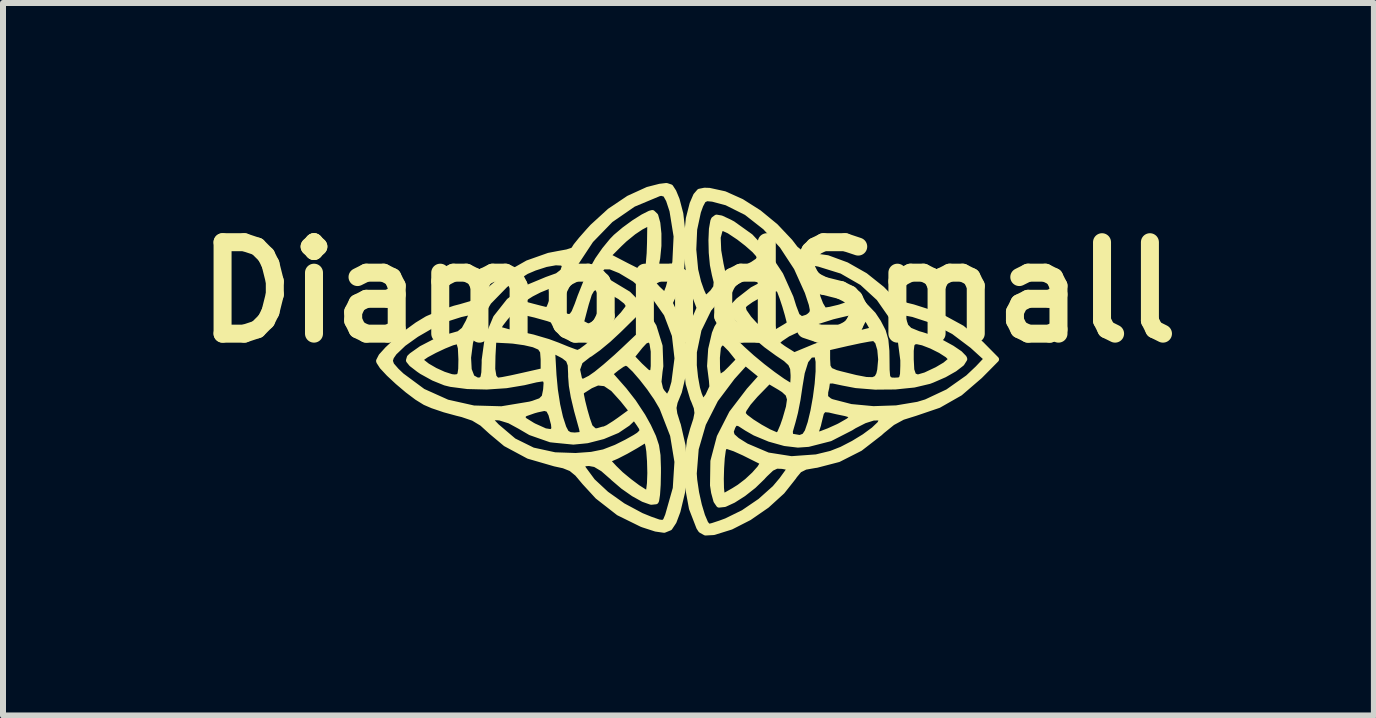
<source format=kicad_pcb>
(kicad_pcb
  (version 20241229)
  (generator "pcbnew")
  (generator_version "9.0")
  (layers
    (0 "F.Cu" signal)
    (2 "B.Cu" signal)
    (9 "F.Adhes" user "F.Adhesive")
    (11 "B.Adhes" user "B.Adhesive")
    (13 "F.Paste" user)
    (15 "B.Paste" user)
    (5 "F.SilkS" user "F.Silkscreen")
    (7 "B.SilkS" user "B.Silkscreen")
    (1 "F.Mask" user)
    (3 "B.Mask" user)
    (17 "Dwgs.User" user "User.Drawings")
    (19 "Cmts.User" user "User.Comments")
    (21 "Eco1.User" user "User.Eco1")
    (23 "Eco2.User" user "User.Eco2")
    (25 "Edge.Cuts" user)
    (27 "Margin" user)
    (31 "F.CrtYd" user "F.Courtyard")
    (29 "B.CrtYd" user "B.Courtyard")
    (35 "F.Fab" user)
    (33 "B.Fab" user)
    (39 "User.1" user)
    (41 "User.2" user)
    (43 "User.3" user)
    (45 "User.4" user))
  (footprint "DiamondSmall"
    (layer "F.Cu")
    (at 8.4 2.889)
    (property "Reference" "DiamondSmall" (at 0.025 -1.067 0) (layer "F.SilkS") (effects (font (size 1.524 1.524) (thickness 0.3))))
    (attr through_hole)
    (fp_poly (pts (xy 5.153 0.051) (xy 5.004 0.202) (xy 5.004 0.042) (xy 4.761 -0.179) (xy 4.449 -0.414) (xy 4.097 -0.598) (xy 3.768 -0.705) (xy 3.635 -0.73) (xy 3.578 -0.725) (xy 3.577 -0.686) (xy 3.583 -0.669) (xy 3.629 -0.543) (xy 3.643 -0.499) (xy 3.71 -0.431) (xy 3.856 -0.371) (xy 3.913 -0.355) (xy 4.074 -0.303) (xy 4.25 -0.224) (xy 4.416 -0.133) (xy 4.547 -0.044) (xy 4.617 0.028) (xy 4.623 0.046) (xy 4.578 0.117) (xy 4.46 0.208) (xy 4.407 0.238) (xy 4.407 0.038) (xy 4.348 -0.023) (xy 4.228 -0.1) (xy 4.078 -0.175) (xy 3.933 -0.231) (xy 3.832 -0.253) (xy 3.774 -0.243) (xy 3.743 -0.198) (xy 3.731 -0.094) (xy 3.731 0.051) (xy 3.74 0.227) (xy 3.774 0.327) (xy 3.848 0.355) (xy 3.978 0.317) (xy 4.171 0.226) (xy 4.306 0.146) (xy 4.391 0.075) (xy 4.407 0.038) (xy 4.407 0.238) (xy 4.291 0.304) (xy 4.091 0.391) (xy 4.039 0.411) (xy 3.786 0.471) (xy 3.607 0.489) (xy 3.607 0.064) (xy 3.558 -0.312) (xy 3.42 -0.661) (xy 3.204 -0.971) (xy 2.922 -1.23) (xy 2.583 -1.425) (xy 2.2 -1.544) (xy 2.144 -1.554) (xy 1.926 -1.588) (xy 1.988 -1.453) (xy 2.084 -1.337) (xy 2.18 -1.291) (xy 2.529 -1.17) (xy 2.845 -0.965) (xy 3.103 -0.694) (xy 3.188 -0.566) (xy 3.266 -0.416) (xy 3.308 -0.271) (xy 3.325 -0.089) (xy 3.327 0.038) (xy 3.329 0.227) (xy 3.338 0.337) (xy 3.365 0.389) (xy 3.416 0.405) (xy 3.467 0.406) (xy 3.541 0.402) (xy 3.583 0.375) (xy 3.602 0.301) (xy 3.607 0.159) (xy 3.607 0.064) (xy 3.607 0.489) (xy 3.473 0.503) (xy 3.238 0.505) (xy 3.238 0.053) (xy 3.223 -0.114) (xy 3.185 -0.242) (xy 3.128 -0.303) (xy 3.116 -0.305) (xy 3.091 -0.302) (xy 3.091 -0.437) (xy 3.085 -0.487) (xy 3.034 -0.578) (xy 2.964 -0.676) (xy 2.897 -0.747) (xy 2.867 -0.762) (xy 2.794 -0.75) (xy 2.713 -0.732) (xy 2.713 -0.899) (xy 2.692 -0.94) (xy 2.618 -0.995) (xy 2.495 -1.058) (xy 2.356 -1.116) (xy 2.235 -1.156) (xy 2.164 -1.163) (xy 2.159 -1.16) (xy 2.152 -1.094) (xy 2.178 -0.982) (xy 2.224 -0.863) (xy 2.274 -0.779) (xy 2.301 -0.762) (xy 2.387 -0.775) (xy 2.522 -0.807) (xy 2.556 -0.816) (xy 2.677 -0.858) (xy 2.713 -0.899) (xy 2.713 -0.732) (xy 2.65 -0.718) (xy 2.465 -0.674) (xy 2.425 -0.664) (xy 2.1 -0.561) (xy 2.1 -0.77) (xy 2.081 -0.867) (xy 2.028 -1.028) (xy 2.013 -1.073) (xy 1.831 -1.477) (xy 1.592 -1.842) (xy 1.309 -2.153) (xy 0.995 -2.399) (xy 0.663 -2.565) (xy 0.429 -2.627) (xy 0.331 -2.636) (xy 0.271 -2.608) (xy 0.224 -2.52) (xy 0.184 -2.41) (xy 0.121 -2.116) (xy 0.106 -1.778) (xy 0.138 -1.441) (xy 0.187 -1.236) (xy 0.239 -1.088) (xy 0.284 -0.99) (xy 0.306 -0.965) (xy 0.362 -0.999) (xy 0.432 -1.067) (xy 0.488 -1.148) (xy 0.496 -1.239) (xy 0.465 -1.365) (xy 0.433 -1.525) (xy 0.414 -1.726) (xy 0.409 -1.935) (xy 0.417 -2.122) (xy 0.44 -2.252) (xy 0.452 -2.28) (xy 0.494 -2.311) (xy 0.57 -2.298) (xy 0.702 -2.237) (xy 0.762 -2.205) (xy 1.057 -1.994) (xy 1.328 -1.703) (xy 1.557 -1.357) (xy 1.727 -0.978) (xy 1.775 -0.824) (xy 1.833 -0.672) (xy 1.907 -0.615) (xy 2.008 -0.647) (xy 2.046 -0.673) (xy 2.088 -0.714) (xy 2.1 -0.77) (xy 2.1 -0.561) (xy 2.012 -0.533) (xy 1.714 -0.391) (xy 1.714 -0.534) (xy 1.71 -0.583) (xy 1.681 -0.696) (xy 1.639 -0.84) (xy 1.592 -0.982) (xy 1.551 -1.09) (xy 1.529 -1.13) (xy 1.467 -1.131) (xy 1.439 -1.121) (xy 1.439 -1.306) (xy 1.424 -1.369) (xy 1.42 -1.377) (xy 1.354 -1.45) (xy 1.256 -1.464) (xy 1.215 -1.45) (xy 1.215 -1.64) (xy 1.197 -1.694) (xy 1.129 -1.771) (xy 1.005 -1.88) (xy 0.867 -1.987) (xy 0.706 -2.094) (xy 0.607 -2.139) (xy 0.555 -2.127) (xy 0.55 -2.122) (xy 0.513 -1.982) (xy 0.522 -1.76) (xy 0.561 -1.536) (xy 0.614 -1.29) (xy 0.932 -1.445) (xy 1.098 -1.53) (xy 1.187 -1.59) (xy 1.215 -1.64) (xy 1.215 -1.45) (xy 1.11 -1.415) (xy 0.933 -1.323) (xy 0.61 -1.084) (xy 0.361 -0.787) (xy 0.194 -0.445) (xy 0.116 -0.071) (xy 0.115 0.152) (xy 0.136 0.352) (xy 0.169 0.533) (xy 0.199 0.634) (xy 0.261 0.786) (xy 0.356 0.66) (xy 0.425 0.51) (xy 0.417 0.406) (xy 0.386 0.162) (xy 0.404 -0.117) (xy 0.465 -0.379) (xy 0.504 -0.475) (xy 0.653 -0.704) (xy 0.86 -0.925) (xy 1.094 -1.107) (xy 1.268 -1.199) (xy 1.393 -1.256) (xy 1.439 -1.306) (xy 1.439 -1.121) (xy 1.35 -1.091) (xy 1.207 -1.024) (xy 1.07 -0.947) (xy 0.966 -0.873) (xy 0.929 -0.828) (xy 0.947 -0.75) (xy 1.032 -0.628) (xy 1.12 -0.531) (xy 1.339 -0.308) (xy 1.52 -0.417) (xy 1.636 -0.486) (xy 1.706 -0.529) (xy 1.714 -0.534) (xy 1.714 -0.391) (xy 1.681 -0.376) (xy 1.556 -0.292) (xy 1.501 -0.242) (xy 1.51 -0.199) (xy 1.594 -0.137) (xy 1.624 -0.117) (xy 1.788 -0.014) (xy 2.126 -0.154) (xy 2.353 -0.239) (xy 2.598 -0.316) (xy 2.769 -0.359) (xy 2.932 -0.395) (xy 3.049 -0.424) (xy 3.091 -0.437) (xy 3.091 -0.302) (xy 3.032 -0.294) (xy 2.881 -0.266) (xy 2.696 -0.226) (xy 2.69 -0.225) (xy 2.337 -0.144) (xy 2.337 0.048) (xy 2.344 0.17) (xy 2.383 0.236) (xy 2.482 0.278) (xy 2.553 0.297) (xy 2.811 0.361) (xy 2.989 0.395) (xy 3.103 0.398) (xy 3.169 0.368) (xy 3.205 0.302) (xy 3.222 0.229) (xy 3.238 0.053) (xy 3.238 0.505) (xy 3.138 0.506) (xy 2.817 0.48) (xy 2.602 0.439) (xy 2.433 0.403) (xy 2.35 0.406) (xy 2.336 0.427) (xy 2.323 0.518) (xy 2.305 0.596) (xy 2.303 0.687) (xy 2.375 0.746) (xy 2.414 0.763) (xy 2.735 0.846) (xy 3.107 0.881) (xy 3.491 0.868) (xy 3.85 0.808) (xy 3.989 0.766) (xy 4.351 0.596) (xy 4.688 0.358) (xy 4.851 0.204) (xy 5.004 0.042) (xy 5.004 0.202) (xy 4.881 0.326) (xy 4.551 0.61) (xy 4.196 0.812) (xy 3.805 0.945) (xy 3.594 1.011) (xy 3.424 1.103) (xy 3.251 1.243) (xy 3.251 1.066) (xy 3.212 1.019) (xy 3.108 1.021) (xy 2.959 1.068) (xy 2.788 1.155) (xy 2.759 1.173) (xy 2.759 1.015) (xy 2.726 0.972) (xy 2.647 0.948) (xy 2.489 0.915) (xy 2.375 0.888) (xy 2.282 0.88) (xy 2.236 0.937) (xy 2.22 1) (xy 2.195 1.102) (xy 2.195 0.254) (xy 2.195 0.088) (xy 2.176 -0.014) (xy 2.157 -0.034) (xy 2.057 -0.026) (xy 1.977 0.074) (xy 1.915 0.271) (xy 1.878 0.492) (xy 1.844 0.719) (xy 1.802 0.933) (xy 1.778 1.027) (xy 1.778 0.313) (xy 1.77 0.201) (xy 1.734 0.119) (xy 1.649 0.04) (xy 1.511 -0.053) (xy 1.324 -0.189) (xy 1.124 -0.357) (xy 1.005 -0.469) (xy 0.766 -0.714) (xy 0.69 -0.566) (xy 0.656 -0.493) (xy 0.65 -0.433) (xy 0.684 -0.367) (xy 0.768 -0.272) (xy 0.914 -0.13) (xy 0.932 -0.113) (xy 1.084 0.024) (xy 1.258 0.168) (xy 1.434 0.303) (xy 1.592 0.415) (xy 1.71 0.488) (xy 1.763 0.508) (xy 1.772 0.463) (xy 1.778 0.351) (xy 1.778 0.313) (xy 1.778 1.027) (xy 1.76 1.095) (xy 1.755 1.112) (xy 1.719 1.237) (xy 1.719 0.716) (xy 1.692 0.627) (xy 1.616 0.557) (xy 1.547 0.513) (xy 1.367 0.407) (xy 1.138 0.642) (xy 1.022 0.776) (xy 0.945 0.891) (xy 0.925 0.957) (xy 0.973 1.013) (xy 1.082 1.095) (xy 1.223 1.184) (xy 1.366 1.263) (xy 1.481 1.313) (xy 1.521 1.321) (xy 1.554 1.277) (xy 1.603 1.162) (xy 1.642 1.05) (xy 1.7 0.848) (xy 1.719 0.716) (xy 1.719 1.237) (xy 1.715 1.251) (xy 1.721 1.321) (xy 1.743 1.339) (xy 1.884 1.363) (xy 1.962 1.333) (xy 2.012 1.257) (xy 2.062 1.109) (xy 2.109 0.912) (xy 2.149 0.689) (xy 2.179 0.462) (xy 2.195 0.254) (xy 2.195 1.102) (xy 2.186 1.142) (xy 2.155 1.238) (xy 2.141 1.303) (xy 2.192 1.308) (xy 2.24 1.295) (xy 2.366 1.247) (xy 2.521 1.177) (xy 2.549 1.163) (xy 2.701 1.076) (xy 2.759 1.015) (xy 2.759 1.173) (xy 2.73 1.191) (xy 2.386 1.367) (xy 2.023 1.46) (xy 1.851 1.472) (xy 1.632 1.446) (xy 1.378 1.375) (xy 1.135 1.274) (xy 0.999 1.196) (xy 0.883 1.121) (xy 0.821 1.101) (xy 0.783 1.132) (xy 0.76 1.171) (xy 0.729 1.256) (xy 0.749 1.327) (xy 0.833 1.403) (xy 0.988 1.5) (xy 1.348 1.653) (xy 1.742 1.715) (xy 2.157 1.685) (xy 2.404 1.625) (xy 2.582 1.555) (xy 2.775 1.455) (xy 2.96 1.342) (xy 3.116 1.227) (xy 3.22 1.128) (xy 3.251 1.066) (xy 3.251 1.243) (xy 3.249 1.245) (xy 3.213 1.278) (xy 2.885 1.532) (xy 2.526 1.714) (xy 2.161 1.809) (xy 2.137 1.812) (xy 1.972 1.841) (xy 1.87 1.892) (xy 1.791 1.987) (xy 1.775 2.011) (xy 1.735 2.062) (xy 1.735 1.854) (xy 1.591 1.827) (xy 1.495 1.823) (xy 1.408 1.864) (xy 1.299 1.967) (xy 1.266 2.002) (xy 1.266 1.789) (xy 1.261 1.761) (xy 1.211 1.736) (xy 1.095 1.678) (xy 0.951 1.606) (xy 0.795 1.536) (xy 0.676 1.496) (xy 0.621 1.496) (xy 0.599 1.562) (xy 0.581 1.695) (xy 0.57 1.863) (xy 0.565 2.041) (xy 0.568 2.197) (xy 0.579 2.305) (xy 0.596 2.337) (xy 0.661 2.311) (xy 0.78 2.243) (xy 0.876 2.183) (xy 1.004 2.085) (xy 1.124 1.973) (xy 1.218 1.867) (xy 1.266 1.789) (xy 1.266 2.002) (xy 1.257 2.013) (xy 1.109 2.156) (xy 0.94 2.289) (xy 0.772 2.396) (xy 0.629 2.462) (xy 0.536 2.472) (xy 0.535 2.472) (xy 0.491 2.408) (xy 0.453 2.268) (xy 0.435 2.15) (xy 0.441 1.749) (xy 0.547 1.347) (xy 0.75 0.949) (xy 1.038 0.572) (xy 1.254 0.33) (xy 1.114 0.216) (xy 0.975 0.102) (xy 0.875 0.213) (xy 0.875 0.059) (xy 0.731 -0.121) (xy 0.631 -0.222) (xy 0.56 -0.233) (xy 0.517 -0.152) (xy 0.5 0.022) (xy 0.502 0.216) (xy 0.519 0.322) (xy 0.565 0.346) (xy 0.651 0.288) (xy 0.733 0.207) (xy 0.875 0.059) (xy 0.875 0.213) (xy 0.754 0.347) (xy 0.473 0.721) (xy 0.268 1.125) (xy 0.147 1.542) (xy 0.114 1.955) (xy 0.122 2.062) (xy 0.153 2.272) (xy 0.199 2.48) (xy 0.253 2.66) (xy 0.308 2.789) (xy 0.356 2.844) (xy 0.36 2.845) (xy 0.43 2.828) (xy 0.56 2.785) (xy 0.658 2.749) (xy 0.943 2.609) (xy 1.225 2.417) (xy 1.468 2.2) (xy 1.585 2.061) (xy 1.735 1.854) (xy 1.735 2.062) (xy 1.585 2.251) (xy 1.33 2.483) (xy 1.036 2.686) (xy 0.734 2.84) (xy 0.452 2.928) (xy 0.439 2.93) (xy 0.31 2.937) (xy 0.236 2.896) (xy 0.205 2.848) (xy 0.084 2.535) (xy 0.016 2.168) (xy 0.004 1.781) (xy 0.05 1.408) (xy 0.101 1.221) (xy 0.155 1.055) (xy 0.176 0.946) (xy 0.164 0.855) (xy 0.121 0.744) (xy 0.102 0.702) (xy 0.028 0.452) (xy -0.002 0.151) (xy 0.011 -0.164) (xy 0.067 -0.45) (xy 0.106 -0.559) (xy 0.213 -0.806) (xy 0.106 -1.091) (xy 0.039 -1.352) (xy 0.004 -1.664) (xy 0.002 -1.991) (xy 0.032 -2.296) (xy 0.094 -2.54) (xy 0.153 -2.677) (xy 0.21 -2.743) (xy 0.295 -2.76) (xy 0.374 -2.757) (xy 0.626 -2.702) (xy 0.909 -2.575) (xy 1.199 -2.391) (xy 1.475 -2.164) (xy 1.715 -1.91) (xy 1.806 -1.791) (xy 1.922 -1.697) (xy 2.052 -1.676) (xy 2.344 -1.635) (xy 2.659 -1.519) (xy 2.969 -1.343) (xy 3.249 -1.12) (xy 3.327 -1.04) (xy 3.471 -0.921) (xy 3.656 -0.844) (xy 3.77 -0.816) (xy 4.19 -0.682) (xy 4.582 -0.468) (xy 4.9 -0.205) (xy 5.153 0.051)) (stroke (width 0.1) (type solid)) (fill yes) (layer "F.SilkS"))
    (fp_poly (pts (xy -0.048 -0.031) (xy -0.064 0.297) (xy -0.133 0.588) (xy -0.15 0.63) (xy -0.157 0.647) (xy -0.157 0.035) (xy -0.201 -0.35) (xy -0.336 -0.706) (xy -0.558 -1.021) (xy -0.61 -1.065) (xy -0.61 -2.238) (xy -0.765 -2.158) (xy -0.891 -2.074) (xy -1.042 -1.951) (xy -1.122 -1.875) (xy -1.324 -1.673) (xy -1.005 -1.507) (xy -0.838 -1.423) (xy -0.74 -1.382) (xy -0.689 -1.381) (xy -0.663 -1.417) (xy -0.653 -1.445) (xy -0.635 -1.549) (xy -0.621 -1.716) (xy -0.615 -1.894) (xy -0.61 -2.238) (xy -0.61 -1.065) (xy -0.862 -1.282) (xy -0.876 -1.292) (xy -1.108 -1.431) (xy -1.277 -1.499) (xy -1.394 -1.499) (xy -1.468 -1.433) (xy -1.469 -1.429) (xy -1.492 -1.364) (xy -1.465 -1.314) (xy -1.369 -1.258) (xy -1.283 -1.219) (xy -0.979 -1.036) (xy -0.733 -0.788) (xy -0.555 -0.493) (xy -0.455 -0.17) (xy -0.443 0.163) (xy -0.456 0.251) (xy -0.474 0.426) (xy -0.446 0.549) (xy -0.421 0.593) (xy -0.353 0.673) (xy -0.3 0.671) (xy -0.251 0.581) (xy -0.209 0.436) (xy -0.157 0.035) (xy -0.157 0.647) (xy -0.204 0.762) (xy -0.224 0.859) (xy -0.21 0.961) (xy -0.164 1.11) (xy -0.15 1.15) (xy -0.072 1.492) (xy -0.049 1.877) (xy -0.081 2.265) (xy -0.157 2.581) (xy -0.158 2.584) (xy -0.158 1.758) (xy -0.231 1.314) (xy -0.405 0.866) (xy -0.419 0.838) (xy -0.506 0.69) (xy -0.553 0.623) (xy -0.553 -0.082) (xy -0.577 -0.233) (xy -0.626 -0.289) (xy -0.662 -0.274) (xy -0.662 -0.469) (xy -0.744 -0.608) (xy -0.826 -0.746) (xy -0.965 -0.609) (xy -0.965 -0.845) (xy -1.008 -0.912) (xy -1.115 -0.996) (xy -1.258 -1.077) (xy -1.405 -1.136) (xy -1.43 -1.143) (xy -1.52 -1.156) (xy -1.583 -1.128) (xy -1.632 -1.043) (xy -1.683 -0.881) (xy -1.703 -0.807) (xy -1.769 -0.557) (xy -1.583 -0.46) (xy -1.397 -0.363) (xy -1.181 -0.573) (xy -1.065 -0.696) (xy -0.987 -0.797) (xy -0.965 -0.845) (xy -0.965 -0.609) (xy -1.14 -0.437) (xy -1.31 -0.279) (xy -1.479 -0.139) (xy -1.499 -0.125) (xy -1.499 -0.297) (xy -1.824 -0.451) (xy -2.049 -0.544) (xy -2.185 -0.59) (xy -2.185 -1.178) (xy -2.224 -1.191) (xy -2.324 -1.166) (xy -2.457 -1.112) (xy -2.594 -1.042) (xy -2.665 -0.997) (xy -2.815 -0.893) (xy -2.588 -0.832) (xy -2.446 -0.795) (xy -2.347 -0.771) (xy -2.326 -0.767) (xy -2.292 -0.807) (xy -2.249 -0.914) (xy -2.238 -0.953) (xy -2.204 -1.084) (xy -2.186 -1.169) (xy -2.185 -1.178) (xy -2.185 -0.59) (xy -2.313 -0.634) (xy -2.528 -0.694) (xy -2.908 -0.783) (xy -3.029 -0.643) (xy -3.108 -0.541) (xy -3.148 -0.471) (xy -3.15 -0.465) (xy -3.104 -0.438) (xy -2.983 -0.404) (xy -2.813 -0.369) (xy -2.807 -0.368) (xy -2.568 -0.314) (xy -2.313 -0.239) (xy -2.159 -0.182) (xy -1.997 -0.116) (xy -1.874 -0.07) (xy -1.819 -0.053) (xy -1.761 -0.082) (xy -1.663 -0.155) (xy -1.641 -0.174) (xy -1.499 -0.297) (xy -1.499 -0.125) (xy -1.616 -0.041) (xy -1.642 -0.027) (xy -1.784 0.084) (xy -1.832 0.219) (xy -1.798 0.377) (xy -1.768 0.425) (xy -1.712 0.42) (xy -1.61 0.368) (xy -1.507 0.296) (xy -1.355 0.172) (xy -1.178 0.017) (xy -1.057 -0.095) (xy -0.662 -0.469) (xy -0.662 -0.274) (xy -0.704 -0.255) (xy -0.781 -0.172) (xy -0.925 0.008) (xy -0.783 0.157) (xy -0.665 0.267) (xy -0.595 0.296) (xy -0.561 0.242) (xy -0.553 0.165) (xy -0.553 -0.082) (xy -0.553 0.623) (xy -0.621 0.524) (xy -0.748 0.361) (xy -0.868 0.222) (xy -0.965 0.129) (xy -1.015 0.102) (xy -1.08 0.131) (xy -1.173 0.196) (xy -1.29 0.291) (xy -1.049 0.565) (xy -0.894 0.764) (xy -0.739 0.999) (xy -0.646 1.167) (xy -0.563 1.345) (xy -0.514 1.493) (xy -0.49 1.651) (xy -0.483 1.86) (xy -0.483 1.938) (xy -0.487 2.141) (xy -0.498 2.304) (xy -0.513 2.402) (xy -0.52 2.417) (xy -0.595 2.425) (xy -0.61 2.42) (xy -0.61 1.947) (xy -0.61 1.943) (xy -0.615 1.749) (xy -0.627 1.583) (xy -0.641 1.489) (xy -0.671 1.377) (xy -0.74 1.419) (xy -0.74 1.256) (xy -0.748 1.195) (xy -0.792 1.127) (xy -0.875 1.009) (xy -0.912 1.043) (xy -0.912 0.912) (xy -1.068 0.717) (xy -1.228 0.54) (xy -1.363 0.449) (xy -1.488 0.436) (xy -1.607 0.487) (xy -1.709 0.552) (xy -1.766 0.587) (xy -1.768 0.588) (xy -1.767 0.639) (xy -1.744 0.754) (xy -1.707 0.901) (xy -1.665 1.047) (xy -1.626 1.159) (xy -1.614 1.185) (xy -1.543 1.25) (xy -1.491 1.249) (xy -1.4 1.222) (xy -1.375 1.219) (xy -1.315 1.192) (xy -1.203 1.121) (xy -1.124 1.066) (xy -0.912 0.912) (xy -0.912 1.043) (xy -0.989 1.116) (xy -1.163 1.233) (xy -1.4 1.332) (xy -1.661 1.399) (xy -1.736 1.407) (xy -1.736 1.268) (xy -1.748 1.206) (xy -1.832 0.902) (xy -1.887 0.67) (xy -1.918 0.489) (xy -1.93 0.335) (xy -1.93 0.295) (xy -1.937 0.143) (xy -1.97 0.055) (xy -2.048 -0.006) (xy -2.089 -0.029) (xy -2.248 -0.111) (xy -2.224 0.313) (xy -2.201 0.559) (xy -2.162 0.81) (xy -2.116 1.014) (xy -2.112 1.029) (xy -2.059 1.192) (xy -2.013 1.279) (xy -1.953 1.314) (xy -1.87 1.321) (xy -1.765 1.311) (xy -1.736 1.268) (xy -1.736 1.407) (xy -1.893 1.422) (xy -2.208 1.391) (xy -2.208 1.215) (xy -2.216 1.13) (xy -2.26 0.965) (xy -2.304 0.88) (xy -2.339 0.87) (xy -2.339 0.442) (xy -2.352 0.385) (xy -2.388 0.373) (xy -2.388 0.246) (xy -2.388 0.051) (xy -2.398 -0.082) (xy -2.445 -0.152) (xy -2.553 -0.199) (xy -2.706 -0.234) (xy -2.898 -0.261) (xy -2.972 -0.266) (xy -3.226 -0.279) (xy -3.241 -0.006) (xy -3.245 0.214) (xy -3.223 0.346) (xy -3.174 0.402) (xy -3.149 0.406) (xy -3.074 0.396) (xy -2.931 0.368) (xy -2.75 0.328) (xy -2.741 0.326) (xy -2.388 0.246) (xy -2.388 0.373) (xy -2.404 0.368) (xy -2.515 0.385) (xy -2.705 0.43) (xy -2.718 0.433) (xy -3.011 0.482) (xy -3.337 0.504) (xy -3.658 0.496) (xy -3.759 0.483) (xy -3.759 0.051) (xy -3.768 -0.14) (xy -3.795 -0.237) (xy -3.823 -0.254) (xy -3.912 -0.231) (xy -4.05 -0.175) (xy -4.205 -0.102) (xy -4.343 -0.028) (xy -4.429 0.031) (xy -4.441 0.044) (xy -4.419 0.094) (xy -4.33 0.164) (xy -4.199 0.24) (xy -4.056 0.305) (xy -3.926 0.347) (xy -3.873 0.353) (xy -3.81 0.346) (xy -3.776 0.307) (xy -3.762 0.211) (xy -3.759 0.051) (xy -3.759 0.483) (xy -3.936 0.46) (xy -4.029 0.437) (xy -4.222 0.359) (xy -4.418 0.251) (xy -4.469 0.216) (xy -4.587 0.125) (xy -4.633 0.068) (xy -4.619 0.021) (xy -4.584 -0.012) (xy -4.424 -0.125) (xy -4.216 -0.233) (xy -4.011 -0.314) (xy -3.927 -0.335) (xy -3.797 -0.372) (xy -3.712 -0.441) (xy -3.64 -0.572) (xy -3.621 -0.616) (xy -3.564 -0.749) (xy -3.774 -0.702) (xy -4.01 -0.627) (xy -4.264 -0.51) (xy -4.511 -0.367) (xy -4.725 -0.214) (xy -4.881 -0.065) (xy -4.933 0.01) (xy -4.953 0.076) (xy -4.928 0.147) (xy -4.844 0.243) (xy -4.758 0.325) (xy -4.403 0.588) (xy -3.996 0.771) (xy -3.554 0.87) (xy -3.089 0.883) (xy -2.618 0.805) (xy -2.565 0.791) (xy -2.434 0.744) (xy -2.372 0.682) (xy -2.349 0.569) (xy -2.346 0.544) (xy -2.339 0.442) (xy -2.339 0.87) (xy -2.375 0.86) (xy -2.497 0.886) (xy -2.554 0.902) (xy -2.702 0.954) (xy -2.755 1.005) (xy -2.714 1.067) (xy -2.577 1.152) (xy -2.549 1.167) (xy -2.365 1.25) (xy -2.253 1.267) (xy -2.208 1.215) (xy -2.208 1.391) (xy -2.272 1.384) (xy -2.606 1.267) (xy -2.784 1.163) (xy -2.955 1.07) (xy -3.117 1.02) (xy -3.162 1.016) (xy -3.321 1.016) (xy -3.172 1.172) (xy -2.888 1.413) (xy -2.57 1.57) (xy -2.202 1.65) (xy -1.854 1.662) (xy -1.592 1.643) (xy -1.385 1.601) (xy -1.188 1.525) (xy -1.168 1.516) (xy -1.002 1.433) (xy -0.863 1.355) (xy -0.799 1.314) (xy -0.74 1.256) (xy -0.74 1.419) (xy -0.856 1.49) (xy -1.014 1.58) (xy -1.164 1.657) (xy -1.188 1.668) (xy -1.335 1.731) (xy -1.213 1.863) (xy -1.103 1.97) (xy -0.964 2.085) (xy -0.824 2.19) (xy -0.71 2.263) (xy -0.653 2.286) (xy -0.631 2.24) (xy -0.616 2.118) (xy -0.61 1.947) (xy -0.61 2.42) (xy -0.725 2.379) (xy -0.887 2.289) (xy -1.061 2.167) (xy -1.226 2.026) (xy -1.231 2.02) (xy -1.398 1.874) (xy -1.528 1.797) (xy -1.631 1.778) (xy -1.732 1.786) (xy -1.752 1.823) (xy -1.73 1.875) (xy -1.576 2.084) (xy -1.347 2.297) (xy -1.068 2.495) (xy -0.762 2.659) (xy -0.612 2.72) (xy -0.47 2.77) (xy -0.393 2.78) (xy -0.351 2.743) (xy -0.314 2.654) (xy -0.186 2.203) (xy -0.158 1.758) (xy -0.158 2.584) (xy -0.222 2.754) (xy -0.289 2.855) (xy -0.38 2.892) (xy -0.518 2.872) (xy -0.725 2.805) (xy -0.752 2.795) (xy -1.136 2.606) (xy -1.485 2.334) (xy -1.702 2.098) (xy -1.824 1.953) (xy -1.928 1.868) (xy -2.053 1.818) (xy -2.201 1.786) (xy -2.639 1.659) (xy -3.019 1.455) (xy -3.257 1.256) (xy -3.412 1.115) (xy -3.558 1.027) (xy -3.741 0.965) (xy -3.83 0.943) (xy -4.039 0.886) (xy -4.24 0.818) (xy -4.363 0.765) (xy -4.497 0.682) (xy -4.655 0.563) (xy -4.818 0.425) (xy -4.965 0.288) (xy -5.076 0.169) (xy -5.129 0.087) (xy -5.131 0.076) (xy -5.092 -0.000139) (xy -4.988 -0.115) (xy -4.841 -0.252) (xy -4.669 -0.393) (xy -4.493 -0.521) (xy -4.333 -0.618) (xy -4.315 -0.627) (xy -4.104 -0.717) (xy -3.87 -0.795) (xy -3.773 -0.82) (xy -3.592 -0.873) (xy -3.45 -0.952) (xy -3.305 -1.083) (xy -3.261 -1.129) (xy -2.986 -1.362) (xy -2.653 -1.551) (xy -2.302 -1.675) (xy -2.146 -1.705) (xy -1.997 -1.732) (xy -1.901 -1.763) (xy -1.88 -1.783) (xy -1.847 -1.836) (xy -1.76 -1.944) (xy -1.634 -2.087) (xy -1.57 -2.157) (xy -1.283 -2.419) (xy -0.969 -2.63) (xy -0.653 -2.774) (xy -0.45 -2.826) (xy -0.341 -2.839) (xy -0.275 -2.817) (xy -0.225 -2.74) (xy -0.171 -2.609) (xy -0.11 -2.375) (xy -0.077 -2.085) (xy -0.071 -1.775) (xy -0.094 -1.477) (xy -0.143 -1.224) (xy -0.172 -1.144) (xy -0.172 -2) (xy -0.241 -2.428) (xy -0.3 -2.607) (xy -0.355 -2.706) (xy -0.428 -2.726) (xy -0.47 -2.716) (xy -0.894 -2.539) (xy -1.275 -2.276) (xy -1.605 -1.936) (xy -1.874 -1.529) (xy -2.033 -1.158) (xy -2.033 -1.518) (xy -2.075 -1.561) (xy -2.188 -1.567) (xy -2.35 -1.538) (xy -2.539 -1.477) (xy -2.677 -1.418) (xy -3.026 -1.196) (xy -3.307 -0.908) (xy -3.51 -0.565) (xy -3.615 -0.233) (xy -3.648 0.023) (xy -3.637 0.224) (xy -3.586 0.356) (xy -3.495 0.406) (xy -3.488 0.406) (xy -3.427 0.399) (xy -3.393 0.361) (xy -3.377 0.272) (xy -3.371 0.107) (xy -3.371 0.063) (xy -3.32 -0.31) (xy -3.181 -0.641) (xy -2.961 -0.92) (xy -2.666 -1.137) (xy -2.332 -1.276) (xy -2.157 -1.339) (xy -2.064 -1.41) (xy -2.033 -1.504) (xy -2.033 -1.518) (xy -2.033 -1.158) (xy -2.073 -1.064) (xy -2.099 -0.981) (xy -2.177 -0.717) (xy -2.041 -0.672) (xy -1.971 -0.653) (xy -1.921 -0.666) (xy -1.876 -0.729) (xy -1.823 -0.858) (xy -1.775 -0.992) (xy -1.686 -1.215) (xy -1.579 -1.44) (xy -1.485 -1.607) (xy -1.369 -1.773) (xy -1.246 -1.923) (xy -1.183 -1.988) (xy -1.042 -2.107) (xy -0.882 -2.224) (xy -0.73 -2.32) (xy -0.615 -2.378) (xy -0.576 -2.388) (xy -0.527 -2.341) (xy -0.493 -2.219) (xy -0.475 -2.044) (xy -0.475 -1.843) (xy -0.495 -1.639) (xy -0.518 -1.521) (xy -0.557 -1.353) (xy -0.567 -1.252) (xy -0.545 -1.186) (xy -0.488 -1.123) (xy -0.475 -1.111) (xy -0.359 -1.001) (xy -0.302 -1.148) (xy -0.193 -1.565) (xy -0.172 -2) (xy -0.172 -1.144) (xy -0.182 -1.118) (xy -0.287 -0.889) (xy -0.17 -0.635) (xy -0.083 -0.356) (xy -0.048 -0.031)) (stroke (width 0.1) (type solid)) (fill yes) (layer "F.SilkS")))
  (gr_rect
    (start -3 -3)
    (end 19.851 8.876)
    (stroke (width 0.1) (type default))
    (fill no)
    (layer "Edge.Cuts")))
</source>
